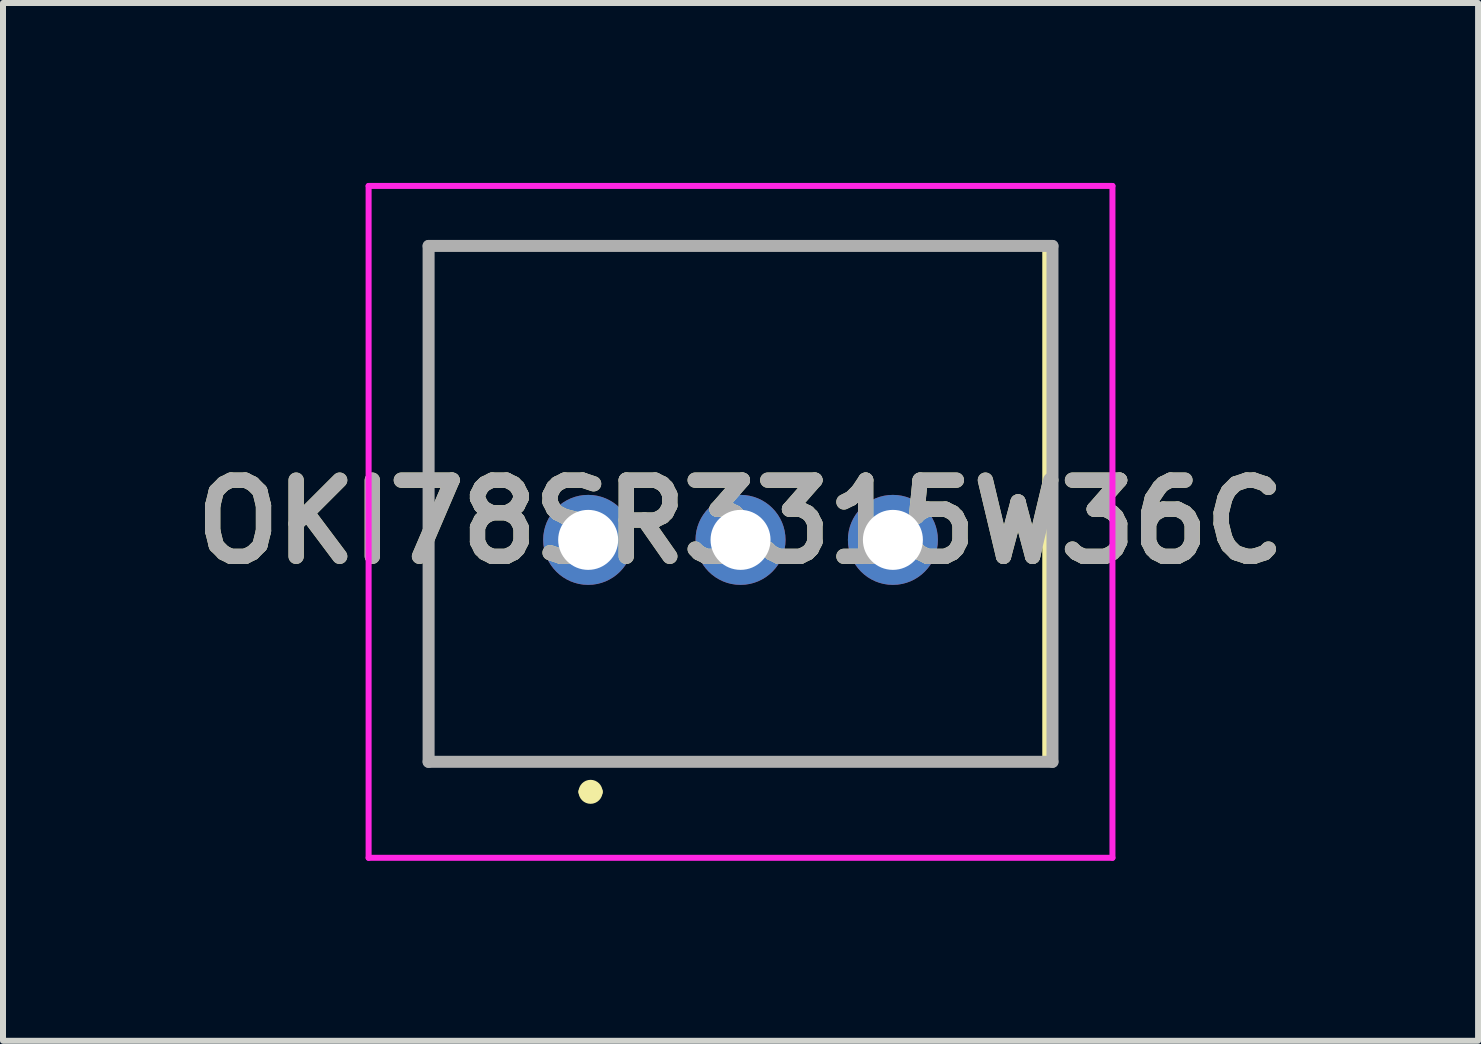
<source format=kicad_pcb>
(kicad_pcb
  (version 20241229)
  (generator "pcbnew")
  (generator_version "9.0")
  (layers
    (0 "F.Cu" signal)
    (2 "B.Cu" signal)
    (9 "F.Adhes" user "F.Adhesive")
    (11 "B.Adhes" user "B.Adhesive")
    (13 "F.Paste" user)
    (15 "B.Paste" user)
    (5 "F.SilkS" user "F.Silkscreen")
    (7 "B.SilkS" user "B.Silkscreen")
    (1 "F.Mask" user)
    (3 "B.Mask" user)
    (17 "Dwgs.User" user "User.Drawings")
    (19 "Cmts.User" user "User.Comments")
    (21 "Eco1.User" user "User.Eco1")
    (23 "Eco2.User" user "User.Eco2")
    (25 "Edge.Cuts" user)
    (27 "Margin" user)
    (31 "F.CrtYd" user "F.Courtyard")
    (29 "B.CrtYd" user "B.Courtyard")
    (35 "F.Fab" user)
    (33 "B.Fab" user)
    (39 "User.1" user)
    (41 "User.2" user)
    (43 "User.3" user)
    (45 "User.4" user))
  (footprint "OKI78SR3315W36C"
    (layer "F.Cu")
    (at 9.295 5.65)
    (property "Reference" "OKI78SR3315W36C" (at 0 0 0) (layer "F.SilkS") (effects (font (size 1.27 1.27) (thickness 0.254))))
    (attr through_hole)
    (fp_line (start -5.2 -4.6) (end 5.08 -4.6) (stroke (width 0.1) (type solid)) (layer "F.SilkS"))
    (fp_line (start -5.2 4) (end -5.2 -4.6) (stroke (width 0.1) (type solid)) (layer "F.SilkS"))
    (fp_line (start -2.6 4.5) (end -2.6 4.5) (stroke (width 0.2) (type solid)) (layer "F.SilkS"))
    (fp_line (start -2.4 4.5) (end -2.4 4.5) (stroke (width 0.2) (type solid)) (layer "F.SilkS"))
    (fp_line (start 5.08 -4.6) (end 5.08 4) (stroke (width 0.1) (type solid)) (layer "F.SilkS"))
    (fp_line (start 5.08 4) (end -5.2 4) (stroke (width 0.1) (type solid)) (layer "F.SilkS"))
    (fp_arc (start -2.6 4.5) (mid -2.5 4.4) (end -2.4 4.5) (stroke (width 0.2) (type solid)) (layer "F.SilkS"))
    (fp_arc (start -2.4 4.5) (mid -2.5 4.6) (end -2.6 4.5) (stroke (width 0.2) (type solid)) (layer "F.SilkS"))
    (fp_line (start -6.2 -5.6) (end 6.2 -5.6) (stroke (width 0.1) (type solid)) (layer "F.CrtYd"))
    (fp_line (start -6.2 5.6) (end -6.2 -5.6) (stroke (width 0.1) (type solid)) (layer "F.CrtYd"))
    (fp_line (start 6.2 -5.6) (end 6.2 5.6) (stroke (width 0.1) (type solid)) (layer "F.CrtYd"))
    (fp_line (start 6.2 5.6) (end -6.2 5.6) (stroke (width 0.1) (type solid)) (layer "F.CrtYd"))
    (fp_line (start -5.2 -4.6) (end 5.2 -4.6) (stroke (width 0.2) (type solid)) (layer "F.Fab"))
    (fp_line (start -5.2 4) (end -5.2 -4.6) (stroke (width 0.2) (type solid)) (layer "F.Fab"))
    (fp_line (start 5.2 -4.6) (end 5.2 4) (stroke (width 0.2) (type solid)) (layer "F.Fab"))
    (fp_line (start 5.2 4) (end -5.2 4) (stroke (width 0.2) (type solid)) (layer "F.Fab"))
    (fp_text user "${REFERENCE}" (at 0 0 0) (layer "F.Fab") (effects (font (size 1.27 1.27) (thickness 0.254))))
    (pad "1" thru_hole circle (at -2.54 0.3) (size 1.5 1.5) (drill 1) (layers "*.Cu" "*.Mask"))
    (pad "2" thru_hole circle (at 0 0.3) (size 1.5 1.5) (drill 1) (layers "*.Cu" "*.Mask"))
    (pad "3" thru_hole circle (at 2.54 0.3) (size 1.5 1.5) (drill 1) (layers "*.Cu" "*.Mask")))
  (gr_rect
    (start -3 -3)
    (end 21.59 14.3)
    (stroke (width 0.1) (type default))
    (fill no)
    (layer "Edge.Cuts")))
</source>
